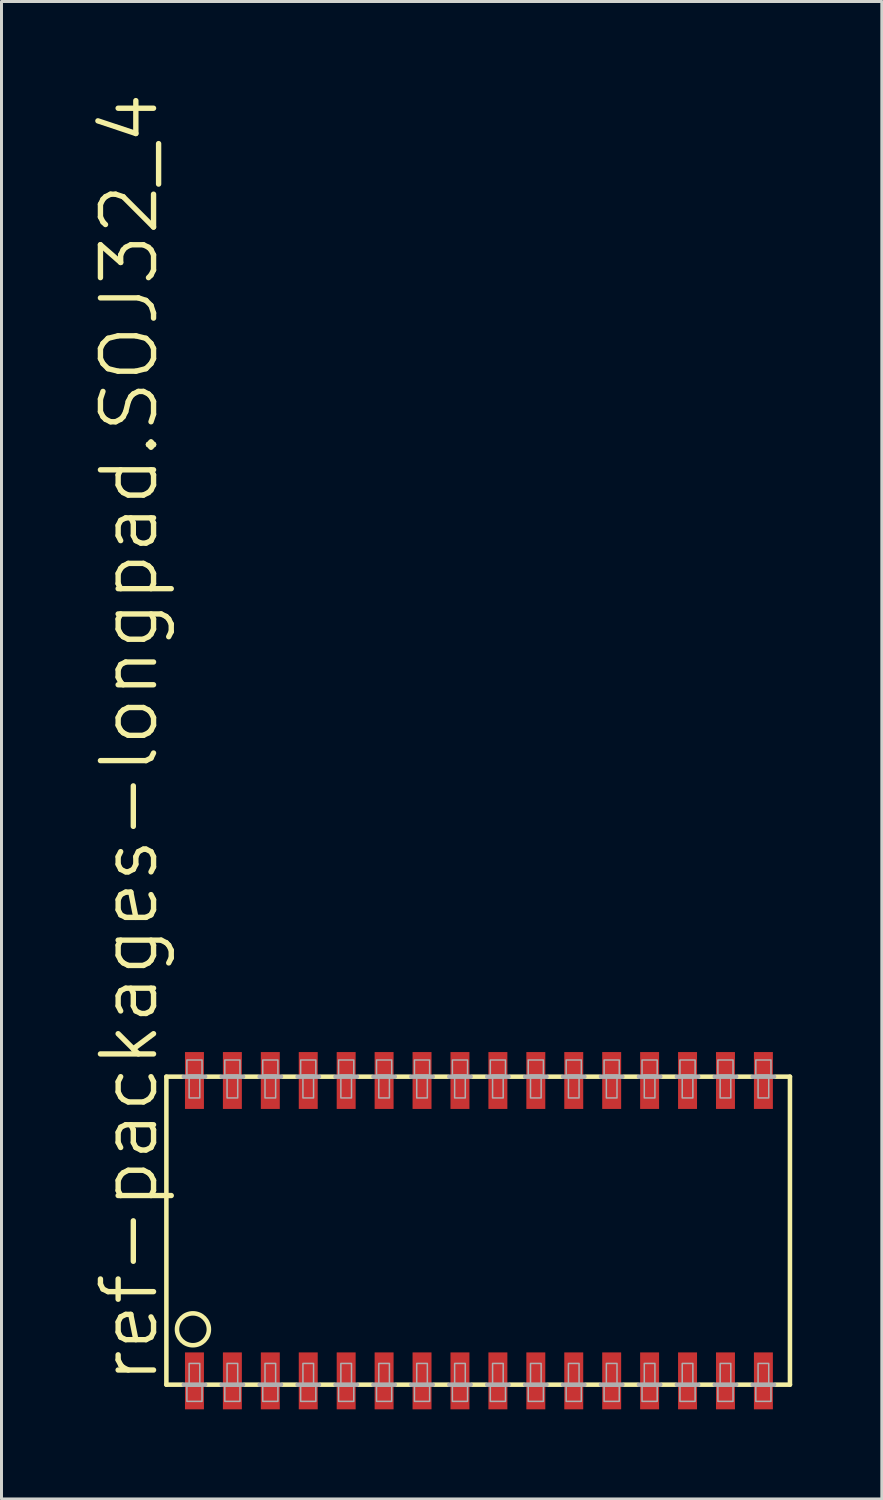
<source format=kicad_pcb>
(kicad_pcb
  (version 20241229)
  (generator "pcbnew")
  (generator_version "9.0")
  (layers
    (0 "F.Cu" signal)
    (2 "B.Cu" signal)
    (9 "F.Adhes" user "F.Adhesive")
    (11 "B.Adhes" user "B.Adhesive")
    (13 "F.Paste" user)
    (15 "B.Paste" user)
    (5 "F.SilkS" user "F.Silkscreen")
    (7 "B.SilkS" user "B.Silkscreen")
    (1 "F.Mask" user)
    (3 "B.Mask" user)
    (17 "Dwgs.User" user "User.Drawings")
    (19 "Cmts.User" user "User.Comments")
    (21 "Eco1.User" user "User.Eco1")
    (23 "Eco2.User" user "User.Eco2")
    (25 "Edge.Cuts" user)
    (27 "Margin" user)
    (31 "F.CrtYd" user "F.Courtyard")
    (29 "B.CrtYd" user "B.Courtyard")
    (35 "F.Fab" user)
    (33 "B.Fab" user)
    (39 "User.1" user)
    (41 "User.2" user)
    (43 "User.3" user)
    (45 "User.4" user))
  (footprint "ref-packages-longpad.SOJ32_4"
    (layer "F.Cu")
    (at 12.986 38.157)
    (property "Reference" "ref-packages-longpad.SOJ32_4" (at -10.668 5.207 90) (layer "F.SilkS") (effects (font (size 1.778 1.778) (thickness 0.18)) (justify left bottom)))
    (attr smd)
    (fp_line (start -10.465 -5.156) (end -10.465 5.156) (stroke (width 0.152) (type default)) (layer "F.SilkS"))
    (fp_line (start -10.465 -5.156) (end -9.931 -5.156) (stroke (width 0.152) (type default)) (layer "F.SilkS"))
    (fp_line (start -10.465 5.156) (end -9.931 5.156) (stroke (width 0.152) (type default)) (layer "F.SilkS"))
    (fp_line (start -9.119 -5.156) (end -8.661 -5.156) (stroke (width 0.152) (type default)) (layer "F.SilkS"))
    (fp_line (start -8.661 5.156) (end -9.119 5.156) (stroke (width 0.152) (type default)) (layer "F.SilkS"))
    (fp_line (start -7.849 -5.156) (end -7.391 -5.156) (stroke (width 0.152) (type default)) (layer "F.SilkS"))
    (fp_line (start -7.391 5.156) (end -7.849 5.156) (stroke (width 0.152) (type default)) (layer "F.SilkS"))
    (fp_line (start -6.579 -5.156) (end -6.121 -5.156) (stroke (width 0.152) (type default)) (layer "F.SilkS"))
    (fp_line (start -6.121 5.156) (end -6.579 5.156) (stroke (width 0.152) (type default)) (layer "F.SilkS"))
    (fp_line (start -5.309 -5.156) (end -4.851 -5.156) (stroke (width 0.152) (type default)) (layer "F.SilkS"))
    (fp_line (start -4.851 5.156) (end -5.309 5.156) (stroke (width 0.152) (type default)) (layer "F.SilkS"))
    (fp_line (start -4.039 -5.156) (end -3.581 -5.156) (stroke (width 0.152) (type default)) (layer "F.SilkS"))
    (fp_line (start -3.581 5.156) (end -4.039 5.156) (stroke (width 0.152) (type default)) (layer "F.SilkS"))
    (fp_line (start -2.769 -5.156) (end -2.311 -5.156) (stroke (width 0.152) (type default)) (layer "F.SilkS"))
    (fp_line (start -2.311 5.156) (end -2.769 5.156) (stroke (width 0.152) (type default)) (layer "F.SilkS"))
    (fp_line (start -1.499 -5.156) (end -1.041 -5.156) (stroke (width 0.152) (type default)) (layer "F.SilkS"))
    (fp_line (start -1.041 5.156) (end -1.499 5.156) (stroke (width 0.152) (type default)) (layer "F.SilkS"))
    (fp_line (start -0.229 -5.156) (end 0.229 -5.156) (stroke (width 0.152) (type default)) (layer "F.SilkS"))
    (fp_line (start 0.229 5.156) (end -0.229 5.156) (stroke (width 0.152) (type default)) (layer "F.SilkS"))
    (fp_line (start 1.041 -5.156) (end 1.499 -5.156) (stroke (width 0.152) (type default)) (layer "F.SilkS"))
    (fp_line (start 1.499 5.156) (end 1.041 5.156) (stroke (width 0.152) (type default)) (layer "F.SilkS"))
    (fp_line (start 2.311 -5.156) (end 2.769 -5.156) (stroke (width 0.152) (type default)) (layer "F.SilkS"))
    (fp_line (start 2.769 5.156) (end 2.311 5.156) (stroke (width 0.152) (type default)) (layer "F.SilkS"))
    (fp_line (start 3.581 -5.156) (end 4.039 -5.156) (stroke (width 0.152) (type default)) (layer "F.SilkS"))
    (fp_line (start 4.039 5.156) (end 3.581 5.156) (stroke (width 0.152) (type default)) (layer "F.SilkS"))
    (fp_line (start 4.851 -5.156) (end 5.309 -5.156) (stroke (width 0.152) (type default)) (layer "F.SilkS"))
    (fp_line (start 5.309 5.156) (end 4.851 5.156) (stroke (width 0.152) (type default)) (layer "F.SilkS"))
    (fp_line (start 6.121 -5.156) (end 6.579 -5.156) (stroke (width 0.152) (type default)) (layer "F.SilkS"))
    (fp_line (start 6.579 5.156) (end 6.121 5.156) (stroke (width 0.152) (type default)) (layer "F.SilkS"))
    (fp_line (start 7.391 -5.156) (end 7.849 -5.156) (stroke (width 0.152) (type default)) (layer "F.SilkS"))
    (fp_line (start 7.849 5.156) (end 7.391 5.156) (stroke (width 0.152) (type default)) (layer "F.SilkS"))
    (fp_line (start 8.661 -5.156) (end 9.119 -5.156) (stroke (width 0.152) (type default)) (layer "F.SilkS"))
    (fp_line (start 9.119 5.156) (end 8.661 5.156) (stroke (width 0.152) (type default)) (layer "F.SilkS"))
    (fp_line (start 10.414 -5.156) (end 9.931 -5.156) (stroke (width 0.152) (type default)) (layer "F.SilkS"))
    (fp_line (start 10.414 5.156) (end 9.931 5.156) (stroke (width 0.152) (type default)) (layer "F.SilkS"))
    (fp_line (start 10.414 5.156) (end 10.414 -5.156) (stroke (width 0.152) (type default)) (layer "F.SilkS"))
    (fp_circle (center -9.576 3.302) (end -9.042 3.302) (stroke (width 0.152) (type default)) (fill no) (layer "F.SilkS"))
    (fp_line (start -9.881 -5.156) (end -9.169 -5.156) (stroke (width 0.152) (type default)) (layer "F.Fab"))
    (fp_line (start -9.881 5.156) (end -9.169 5.156) (stroke (width 0.152) (type default)) (layer "F.Fab"))
    (fp_line (start -8.611 -5.156) (end -7.899 -5.156) (stroke (width 0.152) (type default)) (layer "F.Fab"))
    (fp_line (start -7.899 5.156) (end -8.611 5.156) (stroke (width 0.152) (type default)) (layer "F.Fab"))
    (fp_line (start -7.341 -5.156) (end -6.629 -5.156) (stroke (width 0.152) (type default)) (layer "F.Fab"))
    (fp_line (start -6.629 5.156) (end -7.341 5.156) (stroke (width 0.152) (type default)) (layer "F.Fab"))
    (fp_line (start -6.071 -5.156) (end -5.359 -5.156) (stroke (width 0.152) (type default)) (layer "F.Fab"))
    (fp_line (start -5.359 5.156) (end -6.071 5.156) (stroke (width 0.152) (type default)) (layer "F.Fab"))
    (fp_line (start -4.801 -5.156) (end -4.089 -5.156) (stroke (width 0.152) (type default)) (layer "F.Fab"))
    (fp_line (start -4.089 5.156) (end -4.801 5.156) (stroke (width 0.152) (type default)) (layer "F.Fab"))
    (fp_line (start -3.531 -5.156) (end -2.819 -5.156) (stroke (width 0.152) (type default)) (layer "F.Fab"))
    (fp_line (start -2.819 5.156) (end -3.531 5.156) (stroke (width 0.152) (type default)) (layer "F.Fab"))
    (fp_line (start -2.261 -5.156) (end -1.549 -5.156) (stroke (width 0.152) (type default)) (layer "F.Fab"))
    (fp_line (start -1.549 5.156) (end -2.261 5.156) (stroke (width 0.152) (type default)) (layer "F.Fab"))
    (fp_line (start -0.991 -5.156) (end -0.279 -5.156) (stroke (width 0.152) (type default)) (layer "F.Fab"))
    (fp_line (start -0.279 5.156) (end -0.991 5.156) (stroke (width 0.152) (type default)) (layer "F.Fab"))
    (fp_line (start 0.279 -5.156) (end 0.991 -5.156) (stroke (width 0.152) (type default)) (layer "F.Fab"))
    (fp_line (start 0.991 5.156) (end 0.279 5.156) (stroke (width 0.152) (type default)) (layer "F.Fab"))
    (fp_line (start 1.549 -5.156) (end 2.261 -5.156) (stroke (width 0.152) (type default)) (layer "F.Fab"))
    (fp_line (start 2.261 5.156) (end 1.549 5.156) (stroke (width 0.152) (type default)) (layer "F.Fab"))
    (fp_line (start 2.819 -5.156) (end 3.531 -5.156) (stroke (width 0.152) (type default)) (layer "F.Fab"))
    (fp_line (start 3.531 5.156) (end 2.819 5.156) (stroke (width 0.152) (type default)) (layer "F.Fab"))
    (fp_line (start 4.089 -5.156) (end 4.801 -5.156) (stroke (width 0.152) (type default)) (layer "F.Fab"))
    (fp_line (start 4.801 5.156) (end 4.089 5.156) (stroke (width 0.152) (type default)) (layer "F.Fab"))
    (fp_line (start 5.359 -5.156) (end 6.071 -5.156) (stroke (width 0.152) (type default)) (layer "F.Fab"))
    (fp_line (start 6.071 5.156) (end 5.359 5.156) (stroke (width 0.152) (type default)) (layer "F.Fab"))
    (fp_line (start 6.629 -5.156) (end 7.341 -5.156) (stroke (width 0.152) (type default)) (layer "F.Fab"))
    (fp_line (start 7.341 5.156) (end 6.629 5.156) (stroke (width 0.152) (type default)) (layer "F.Fab"))
    (fp_line (start 7.899 -5.156) (end 8.611 -5.156) (stroke (width 0.152) (type default)) (layer "F.Fab"))
    (fp_line (start 8.611 5.156) (end 7.899 5.156) (stroke (width 0.152) (type default)) (layer "F.Fab"))
    (fp_line (start 9.881 -5.156) (end 9.169 -5.156) (stroke (width 0.152) (type default)) (layer "F.Fab"))
    (fp_line (start 9.881 5.156) (end 9.169 5.156) (stroke (width 0.152) (type default)) (layer "F.Fab"))
    (fp_rect (start -9.779 -5.207) (end -9.271 -5.715) (stroke (width 0.05) (type default)) (fill no) (layer "F.Fab"))
    (fp_rect (start -9.779 5.715) (end -9.271 5.207) (stroke (width 0.05) (type default)) (fill no) (layer "F.Fab"))
    (fp_rect (start -9.703 -4.445) (end -9.347 -5.207) (stroke (width 0.05) (type default)) (fill no) (layer "F.Fab"))
    (fp_rect (start -9.703 5.207) (end -9.347 4.445) (stroke (width 0.05) (type default)) (fill no) (layer "F.Fab"))
    (fp_rect (start -8.509 -5.207) (end -8.001 -5.715) (stroke (width 0.05) (type default)) (fill no) (layer "F.Fab"))
    (fp_rect (start -8.509 5.715) (end -8.001 5.207) (stroke (width 0.05) (type default)) (fill no) (layer "F.Fab"))
    (fp_rect (start -8.433 -4.445) (end -8.077 -5.207) (stroke (width 0.05) (type default)) (fill no) (layer "F.Fab"))
    (fp_rect (start -8.433 5.207) (end -8.077 4.445) (stroke (width 0.05) (type default)) (fill no) (layer "F.Fab"))
    (fp_rect (start -7.239 -5.207) (end -6.731 -5.715) (stroke (width 0.05) (type default)) (fill no) (layer "F.Fab"))
    (fp_rect (start -7.239 5.715) (end -6.731 5.207) (stroke (width 0.05) (type default)) (fill no) (layer "F.Fab"))
    (fp_rect (start -7.163 -4.445) (end -6.807 -5.207) (stroke (width 0.05) (type default)) (fill no) (layer "F.Fab"))
    (fp_rect (start -7.163 5.207) (end -6.807 4.445) (stroke (width 0.05) (type default)) (fill no) (layer "F.Fab"))
    (fp_rect (start -5.969 -5.207) (end -5.461 -5.715) (stroke (width 0.05) (type default)) (fill no) (layer "F.Fab"))
    (fp_rect (start -5.969 5.715) (end -5.461 5.207) (stroke (width 0.05) (type default)) (fill no) (layer "F.Fab"))
    (fp_rect (start -5.893 -4.445) (end -5.537 -5.207) (stroke (width 0.05) (type default)) (fill no) (layer "F.Fab"))
    (fp_rect (start -5.893 5.207) (end -5.537 4.445) (stroke (width 0.05) (type default)) (fill no) (layer "F.Fab"))
    (fp_rect (start -4.699 -5.207) (end -4.191 -5.715) (stroke (width 0.05) (type default)) (fill no) (layer "F.Fab"))
    (fp_rect (start -4.699 5.715) (end -4.191 5.207) (stroke (width 0.05) (type default)) (fill no) (layer "F.Fab"))
    (fp_rect (start -4.623 -4.445) (end -4.267 -5.207) (stroke (width 0.05) (type default)) (fill no) (layer "F.Fab"))
    (fp_rect (start -4.623 5.207) (end -4.267 4.445) (stroke (width 0.05) (type default)) (fill no) (layer "F.Fab"))
    (fp_rect (start -3.429 -5.207) (end -2.921 -5.715) (stroke (width 0.05) (type default)) (fill no) (layer "F.Fab"))
    (fp_rect (start -3.429 5.715) (end -2.921 5.207) (stroke (width 0.05) (type default)) (fill no) (layer "F.Fab"))
    (fp_rect (start -3.353 -4.445) (end -2.997 -5.207) (stroke (width 0.05) (type default)) (fill no) (layer "F.Fab"))
    (fp_rect (start -3.353 5.207) (end -2.997 4.445) (stroke (width 0.05) (type default)) (fill no) (layer "F.Fab"))
    (fp_rect (start -2.159 -5.207) (end -1.651 -5.715) (stroke (width 0.05) (type default)) (fill no) (layer "F.Fab"))
    (fp_rect (start -2.159 5.715) (end -1.651 5.207) (stroke (width 0.05) (type default)) (fill no) (layer "F.Fab"))
    (fp_rect (start -2.083 -4.445) (end -1.727 -5.207) (stroke (width 0.05) (type default)) (fill no) (layer "F.Fab"))
    (fp_rect (start -2.083 5.207) (end -1.727 4.445) (stroke (width 0.05) (type default)) (fill no) (layer "F.Fab"))
    (fp_rect (start -0.889 -5.207) (end -0.381 -5.715) (stroke (width 0.05) (type default)) (fill no) (layer "F.Fab"))
    (fp_rect (start -0.889 5.715) (end -0.381 5.207) (stroke (width 0.05) (type default)) (fill no) (layer "F.Fab"))
    (fp_rect (start -0.813 -4.445) (end -0.457 -5.207) (stroke (width 0.05) (type default)) (fill no) (layer "F.Fab"))
    (fp_rect (start -0.813 5.207) (end -0.457 4.445) (stroke (width 0.05) (type default)) (fill no) (layer "F.Fab"))
    (fp_rect (start 0.381 -5.207) (end 0.889 -5.715) (stroke (width 0.05) (type default)) (fill no) (layer "F.Fab"))
    (fp_rect (start 0.381 5.715) (end 0.889 5.207) (stroke (width 0.05) (type default)) (fill no) (layer "F.Fab"))
    (fp_rect (start 0.457 -4.445) (end 0.813 -5.207) (stroke (width 0.05) (type default)) (fill no) (layer "F.Fab"))
    (fp_rect (start 0.457 5.207) (end 0.813 4.445) (stroke (width 0.05) (type default)) (fill no) (layer "F.Fab"))
    (fp_rect (start 1.651 -5.207) (end 2.159 -5.715) (stroke (width 0.05) (type default)) (fill no) (layer "F.Fab"))
    (fp_rect (start 1.651 5.715) (end 2.159 5.207) (stroke (width 0.05) (type default)) (fill no) (layer "F.Fab"))
    (fp_rect (start 1.727 -4.445) (end 2.083 -5.207) (stroke (width 0.05) (type default)) (fill no) (layer "F.Fab"))
    (fp_rect (start 1.727 5.207) (end 2.083 4.445) (stroke (width 0.05) (type default)) (fill no) (layer "F.Fab"))
    (fp_rect (start 2.921 -5.207) (end 3.429 -5.715) (stroke (width 0.05) (type default)) (fill no) (layer "F.Fab"))
    (fp_rect (start 2.921 5.715) (end 3.429 5.207) (stroke (width 0.05) (type default)) (fill no) (layer "F.Fab"))
    (fp_rect (start 2.997 -4.445) (end 3.353 -5.207) (stroke (width 0.05) (type default)) (fill no) (layer "F.Fab"))
    (fp_rect (start 2.997 5.207) (end 3.353 4.445) (stroke (width 0.05) (type default)) (fill no) (layer "F.Fab"))
    (fp_rect (start 4.191 -5.207) (end 4.699 -5.715) (stroke (width 0.05) (type default)) (fill no) (layer "F.Fab"))
    (fp_rect (start 4.191 5.715) (end 4.699 5.207) (stroke (width 0.05) (type default)) (fill no) (layer "F.Fab"))
    (fp_rect (start 4.267 -4.445) (end 4.623 -5.207) (stroke (width 0.05) (type default)) (fill no) (layer "F.Fab"))
    (fp_rect (start 4.267 5.207) (end 4.623 4.445) (stroke (width 0.05) (type default)) (fill no) (layer "F.Fab"))
    (fp_rect (start 5.461 -5.207) (end 5.969 -5.715) (stroke (width 0.05) (type default)) (fill no) (layer "F.Fab"))
    (fp_rect (start 5.461 5.715) (end 5.969 5.207) (stroke (width 0.05) (type default)) (fill no) (layer "F.Fab"))
    (fp_rect (start 5.537 -4.445) (end 5.893 -5.207) (stroke (width 0.05) (type default)) (fill no) (layer "F.Fab"))
    (fp_rect (start 5.537 5.207) (end 5.893 4.445) (stroke (width 0.05) (type default)) (fill no) (layer "F.Fab"))
    (fp_rect (start 6.731 -5.207) (end 7.239 -5.715) (stroke (width 0.05) (type default)) (fill no) (layer "F.Fab"))
    (fp_rect (start 6.731 5.715) (end 7.239 5.207) (stroke (width 0.05) (type default)) (fill no) (layer "F.Fab"))
    (fp_rect (start 6.807 -4.445) (end 7.163 -5.207) (stroke (width 0.05) (type default)) (fill no) (layer "F.Fab"))
    (fp_rect (start 6.807 5.207) (end 7.163 4.445) (stroke (width 0.05) (type default)) (fill no) (layer "F.Fab"))
    (fp_rect (start 8.001 -5.207) (end 8.509 -5.715) (stroke (width 0.05) (type default)) (fill no) (layer "F.Fab"))
    (fp_rect (start 8.001 5.715) (end 8.509 5.207) (stroke (width 0.05) (type default)) (fill no) (layer "F.Fab"))
    (fp_rect (start 8.077 -4.445) (end 8.433 -5.207) (stroke (width 0.05) (type default)) (fill no) (layer "F.Fab"))
    (fp_rect (start 8.077 5.207) (end 8.433 4.445) (stroke (width 0.05) (type default)) (fill no) (layer "F.Fab"))
    (fp_rect (start 9.271 -5.207) (end 9.779 -5.715) (stroke (width 0.05) (type default)) (fill no) (layer "F.Fab"))
    (fp_rect (start 9.271 5.715) (end 9.779 5.207) (stroke (width 0.05) (type default)) (fill no) (layer "F.Fab"))
    (fp_rect (start 9.347 -4.445) (end 9.703 -5.207) (stroke (width 0.05) (type default)) (fill no) (layer "F.Fab"))
    (fp_rect (start 9.347 5.207) (end 9.703 4.445) (stroke (width 0.05) (type default)) (fill no) (layer "F.Fab"))
    (pad "1" smd roundrect (at -9.525 5.029) (size 0.635 1.905) (layers "F.Cu" "F.Mask" "F.Paste") (roundrect_rratio 0.01))
    (pad "2" smd roundrect (at -8.255 5.029) (size 0.635 1.905) (layers "F.Cu" "F.Mask" "F.Paste") (roundrect_rratio 0.01))
    (pad "3" smd roundrect (at -6.985 5.029) (size 0.635 1.905) (layers "F.Cu" "F.Mask" "F.Paste") (roundrect_rratio 0.01))
    (pad "4" smd roundrect (at -5.715 5.029) (size 0.635 1.905) (layers "F.Cu" "F.Mask" "F.Paste") (roundrect_rratio 0.01))
    (pad "5" smd roundrect (at -4.445 5.029) (size 0.635 1.905) (layers "F.Cu" "F.Mask" "F.Paste") (roundrect_rratio 0.01))
    (pad "6" smd roundrect (at -3.175 5.029) (size 0.635 1.905) (layers "F.Cu" "F.Mask" "F.Paste") (roundrect_rratio 0.01))
    (pad "7" smd roundrect (at -1.905 5.029) (size 0.635 1.905) (layers "F.Cu" "F.Mask" "F.Paste") (roundrect_rratio 0.01))
    (pad "8" smd roundrect (at -0.635 5.029) (size 0.635 1.905) (layers "F.Cu" "F.Mask" "F.Paste") (roundrect_rratio 0.01))
    (pad "9" smd roundrect (at 0.635 5.029) (size 0.635 1.905) (layers "F.Cu" "F.Mask" "F.Paste") (roundrect_rratio 0.01))
    (pad "10" smd roundrect (at 1.905 5.029) (size 0.635 1.905) (layers "F.Cu" "F.Mask" "F.Paste") (roundrect_rratio 0.01))
    (pad "11" smd roundrect (at 3.175 5.029) (size 0.635 1.905) (layers "F.Cu" "F.Mask" "F.Paste") (roundrect_rratio 0.01))
    (pad "12" smd roundrect (at 4.445 5.029) (size 0.635 1.905) (layers "F.Cu" "F.Mask" "F.Paste") (roundrect_rratio 0.01))
    (pad "13" smd roundrect (at 5.715 5.029) (size 0.635 1.905) (layers "F.Cu" "F.Mask" "F.Paste") (roundrect_rratio 0.01))
    (pad "14" smd roundrect (at 6.985 5.029) (size 0.635 1.905) (layers "F.Cu" "F.Mask" "F.Paste") (roundrect_rratio 0.01))
    (pad "15" smd roundrect (at 8.255 5.029) (size 0.635 1.905) (layers "F.Cu" "F.Mask" "F.Paste") (roundrect_rratio 0.01))
    (pad "16" smd roundrect (at 9.525 5.029) (size 0.635 1.905) (layers "F.Cu" "F.Mask" "F.Paste") (roundrect_rratio 0.01))
    (pad "17" smd roundrect (at 9.525 -5.029) (size 0.635 1.905) (layers "F.Cu" "F.Mask" "F.Paste") (roundrect_rratio 0.01))
    (pad "18" smd roundrect (at 8.255 -5.029) (size 0.635 1.905) (layers "F.Cu" "F.Mask" "F.Paste") (roundrect_rratio 0.01))
    (pad "19" smd roundrect (at 6.985 -5.029) (size 0.635 1.905) (layers "F.Cu" "F.Mask" "F.Paste") (roundrect_rratio 0.01))
    (pad "20" smd roundrect (at 5.715 -5.029) (size 0.635 1.905) (layers "F.Cu" "F.Mask" "F.Paste") (roundrect_rratio 0.01))
    (pad "21" smd roundrect (at 4.445 -5.029) (size 0.635 1.905) (layers "F.Cu" "F.Mask" "F.Paste") (roundrect_rratio 0.01))
    (pad "22" smd roundrect (at 3.175 -5.029) (size 0.635 1.905) (layers "F.Cu" "F.Mask" "F.Paste") (roundrect_rratio 0.01))
    (pad "23" smd roundrect (at 1.905 -5.029) (size 0.635 1.905) (layers "F.Cu" "F.Mask" "F.Paste") (roundrect_rratio 0.01))
    (pad "24" smd roundrect (at 0.635 -5.029) (size 0.635 1.905) (layers "F.Cu" "F.Mask" "F.Paste") (roundrect_rratio 0.01))
    (pad "25" smd roundrect (at -0.635 -5.029) (size 0.635 1.905) (layers "F.Cu" "F.Mask" "F.Paste") (roundrect_rratio 0.01))
    (pad "26" smd roundrect (at -1.905 -5.029) (size 0.635 1.905) (layers "F.Cu" "F.Mask" "F.Paste") (roundrect_rratio 0.01))
    (pad "27" smd roundrect (at -3.175 -5.029) (size 0.635 1.905) (layers "F.Cu" "F.Mask" "F.Paste") (roundrect_rratio 0.01))
    (pad "28" smd roundrect (at -4.445 -5.029) (size 0.635 1.905) (layers "F.Cu" "F.Mask" "F.Paste") (roundrect_rratio 0.01))
    (pad "29" smd roundrect (at -5.715 -5.029) (size 0.635 1.905) (layers "F.Cu" "F.Mask" "F.Paste") (roundrect_rratio 0.01))
    (pad "30" smd roundrect (at -6.985 -5.029) (size 0.635 1.905) (layers "F.Cu" "F.Mask" "F.Paste") (roundrect_rratio 0.01))
    (pad "31" smd roundrect (at -8.255 -5.029) (size 0.635 1.905) (layers "F.Cu" "F.Mask" "F.Paste") (roundrect_rratio 0.01))
    (pad "32" smd roundrect (at -9.525 -5.029) (size 0.635 1.905) (layers "F.Cu" "F.Mask" "F.Paste") (roundrect_rratio 0.01)))
  (gr_rect
    (start -3 -3)
    (end 26.476 47.139)
    (stroke (width 0.1) (type default))
    (fill no)
    (layer "Edge.Cuts")))
</source>
